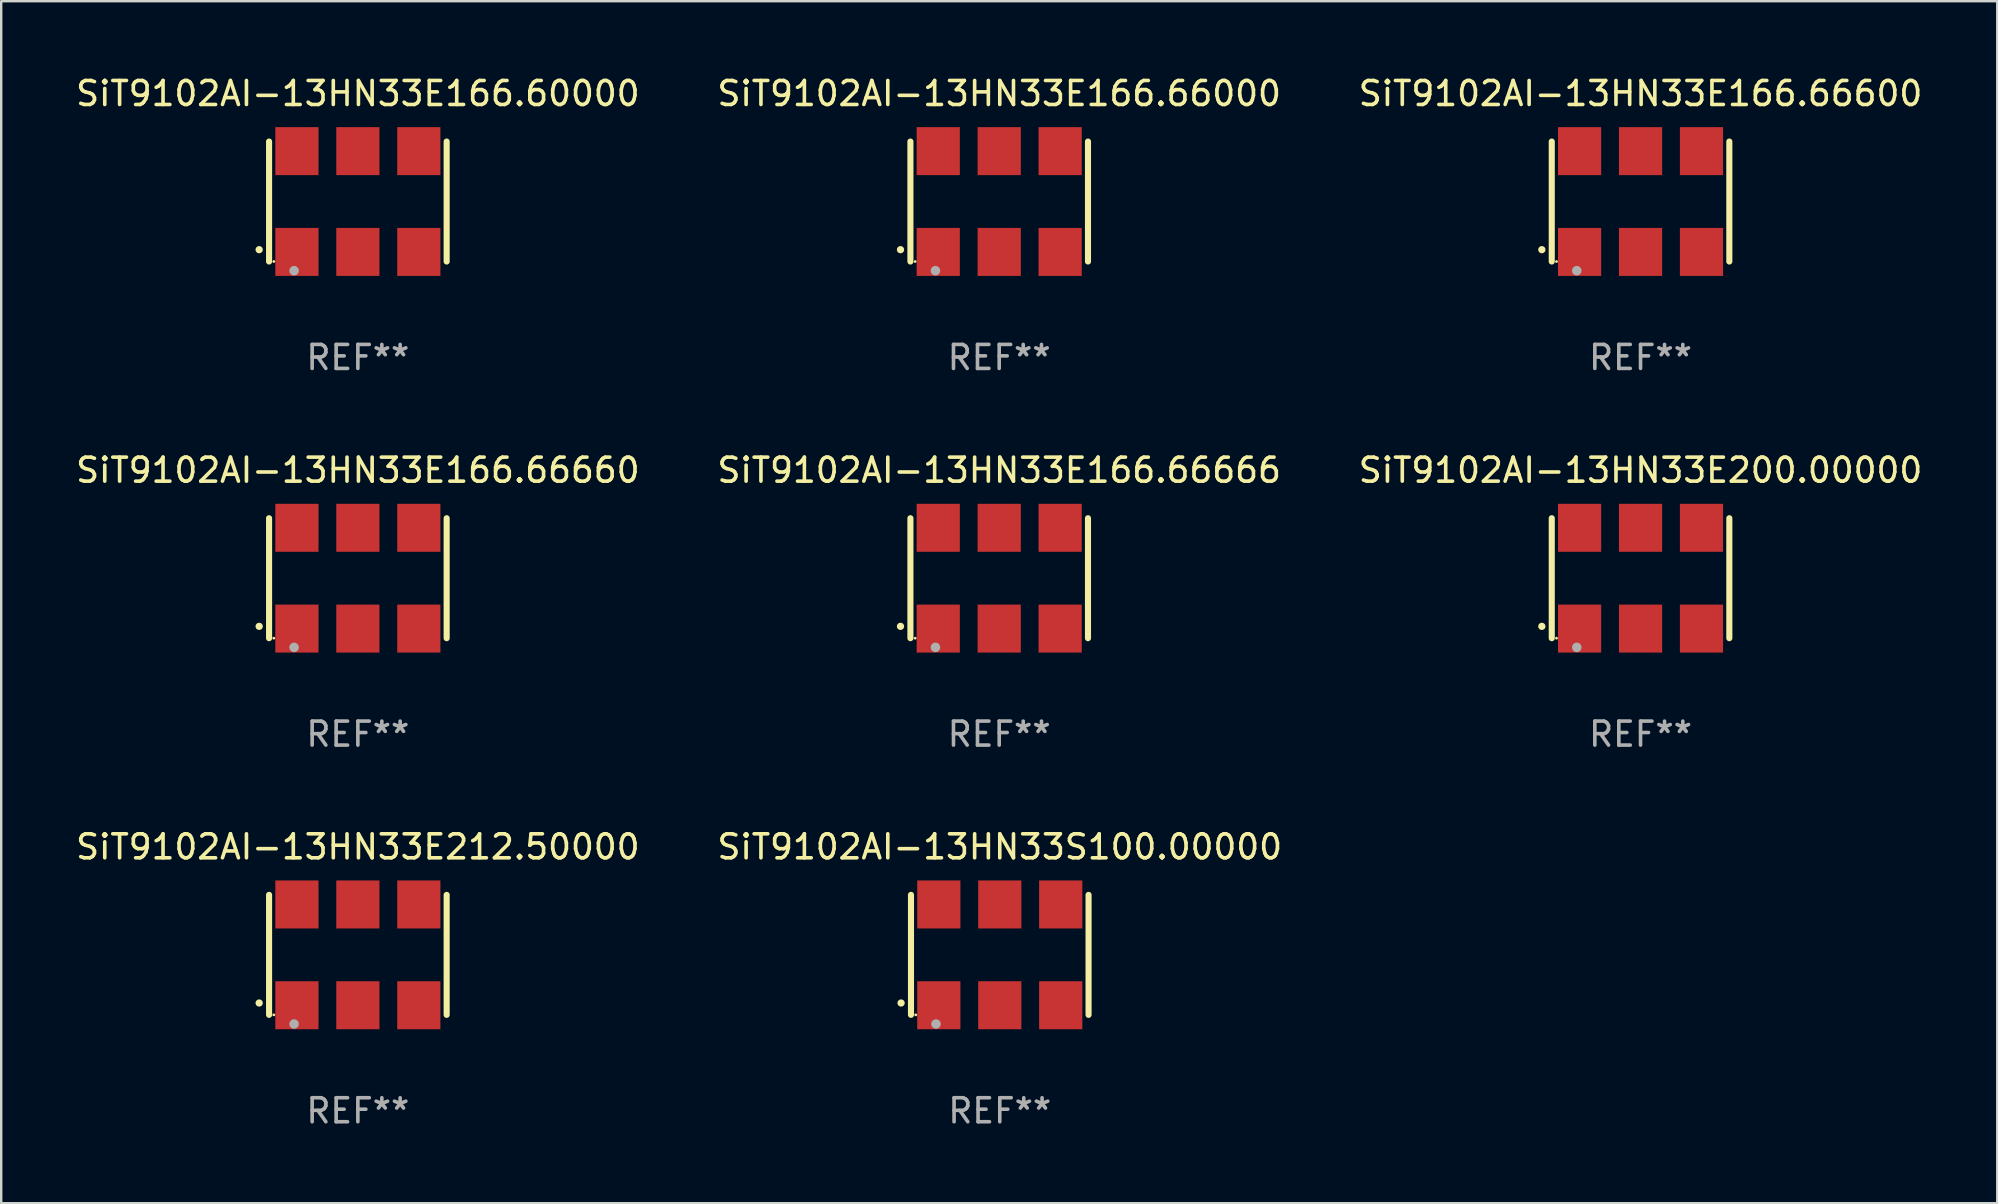
<source format=kicad_pcb>
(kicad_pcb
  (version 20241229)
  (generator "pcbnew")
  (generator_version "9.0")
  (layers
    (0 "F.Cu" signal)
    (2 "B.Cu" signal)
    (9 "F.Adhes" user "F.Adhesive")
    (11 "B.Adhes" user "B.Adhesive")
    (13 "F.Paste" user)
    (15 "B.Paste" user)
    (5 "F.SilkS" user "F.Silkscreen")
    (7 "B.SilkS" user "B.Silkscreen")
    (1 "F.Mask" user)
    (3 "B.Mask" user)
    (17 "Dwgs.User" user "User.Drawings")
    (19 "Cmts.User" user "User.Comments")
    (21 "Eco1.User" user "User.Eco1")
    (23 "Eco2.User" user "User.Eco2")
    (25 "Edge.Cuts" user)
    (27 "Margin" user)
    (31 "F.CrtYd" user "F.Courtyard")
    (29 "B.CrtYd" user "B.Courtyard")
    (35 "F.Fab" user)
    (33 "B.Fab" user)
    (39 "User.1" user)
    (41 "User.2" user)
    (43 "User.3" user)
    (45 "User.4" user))
  (footprint "SiT9102AI-13HN33E200.00000"
    (layer "F.Cu")
    (at 65.315 21.045)
    (property "Reference" "SiT9102AI-13HN33E200.00000" (at 0 -4.5 0) (layer "F.SilkS") (effects (font (size 1 1) (thickness 0.15))))
    (attr through_hole)
    (fp_line (start -3.7 -2.5) (end -3.7 2.5) (stroke (width 0.254) (type solid)) (layer "F.SilkS"))
    (fp_line (start 3.7 -2.5) (end 3.7 2.5) (stroke (width 0.254) (type solid)) (layer "F.SilkS"))
    (fp_arc (start -4.114415 2.006604) (mid -4.113145 2.006599) (end -4.111875 2.006604) (stroke (width 0.3) (type solid)) (layer "F.SilkS"))
    (fp_circle (center -3.502 2.5) (end -3.472 2.5) (stroke (width 0.06) (type solid)) (fill no) (layer "F.SilkS"))
    (fp_circle (center -2.657 2.882) (end -2.557 2.882) (stroke (width 0.2) (type solid)) (fill no) (layer "F.Fab"))
    (fp_text user "REF**" (at 0 6.5 0) (layer "F.Fab") (effects (font (size 1 1) (thickness 0.15))))
    (pad "1" smd rect (at -2.54 2.1) (size 1.8 2) (layers "F.Cu" "F.Mask" "F.Paste"))
    (pad "2" smd rect (at 0.000394 2.1) (size 1.8 2) (layers "F.Cu" "F.Mask" "F.Paste"))
    (pad "3" smd rect (at 2.54 2.1) (size 1.8 2) (layers "F.Cu" "F.Mask" "F.Paste"))
    (pad "4" smd rect (at 2.54 -2.1) (size 1.8 2) (layers "F.Cu" "F.Mask" "F.Paste"))
    (pad "5" smd rect (at 0.000394 -2.1) (size 1.8 2) (layers "F.Cu" "F.Mask" "F.Paste"))
    (pad "6" smd rect (at -2.54 -2.1) (size 1.8 2) (layers "F.Cu" "F.Mask" "F.Paste")))
  (footprint "SiT9102AI-13HN33E212.50000"
    (layer "F.Cu")
    (at 11.863 36.741)
    (property "Reference" "SiT9102AI-13HN33E212.50000" (at 0 -4.5 0) (layer "F.SilkS") (effects (font (size 1 1) (thickness 0.15))))
    (attr through_hole)
    (fp_line (start -3.7 -2.5) (end -3.7 2.5) (stroke (width 0.254) (type solid)) (layer "F.SilkS"))
    (fp_line (start 3.7 -2.5) (end 3.7 2.5) (stroke (width 0.254) (type solid)) (layer "F.SilkS"))
    (fp_arc (start -4.114415 2.006604) (mid -4.113145 2.006599) (end -4.111875 2.006604) (stroke (width 0.3) (type solid)) (layer "F.SilkS"))
    (fp_circle (center -3.502 2.5) (end -3.472 2.5) (stroke (width 0.06) (type solid)) (fill no) (layer "F.SilkS"))
    (fp_circle (center -2.657 2.882) (end -2.557 2.882) (stroke (width 0.2) (type solid)) (fill no) (layer "F.Fab"))
    (fp_text user "REF**" (at 0 6.5 0) (layer "F.Fab") (effects (font (size 1 1) (thickness 0.15))))
    (pad "1" smd rect (at -2.54 2.1) (size 1.8 2) (layers "F.Cu" "F.Mask" "F.Paste"))
    (pad "2" smd rect (at 0.000394 2.1) (size 1.8 2) (layers "F.Cu" "F.Mask" "F.Paste"))
    (pad "3" smd rect (at 2.54 2.1) (size 1.8 2) (layers "F.Cu" "F.Mask" "F.Paste"))
    (pad "4" smd rect (at 2.54 -2.1) (size 1.8 2) (layers "F.Cu" "F.Mask" "F.Paste"))
    (pad "5" smd rect (at 0.000394 -2.1) (size 1.8 2) (layers "F.Cu" "F.Mask" "F.Paste"))
    (pad "6" smd rect (at -2.54 -2.1) (size 1.8 2) (layers "F.Cu" "F.Mask" "F.Paste")))
  (footprint "SiT9102AI-13HN33E166.66000"
    (layer "F.Cu")
    (at 38.589 5.348)
    (property "Reference" "SiT9102AI-13HN33E166.66000" (at 0 -4.5 0) (layer "F.SilkS") (effects (font (size 1 1) (thickness 0.15))))
    (attr through_hole)
    (fp_line (start -3.7 -2.5) (end -3.7 2.5) (stroke (width 0.254) (type solid)) (layer "F.SilkS"))
    (fp_line (start 3.7 -2.5) (end 3.7 2.5) (stroke (width 0.254) (type solid)) (layer "F.SilkS"))
    (fp_arc (start -4.114415 2.006604) (mid -4.113145 2.006599) (end -4.111875 2.006604) (stroke (width 0.3) (type solid)) (layer "F.SilkS"))
    (fp_circle (center -3.502 2.5) (end -3.472 2.5) (stroke (width 0.06) (type solid)) (fill no) (layer "F.SilkS"))
    (fp_circle (center -2.657 2.882) (end -2.557 2.882) (stroke (width 0.2) (type solid)) (fill no) (layer "F.Fab"))
    (fp_text user "REF**" (at 0 6.5 0) (layer "F.Fab") (effects (font (size 1 1) (thickness 0.15))))
    (pad "1" smd rect (at -2.54 2.1) (size 1.8 2) (layers "F.Cu" "F.Mask" "F.Paste"))
    (pad "2" smd rect (at 0.000394 2.1) (size 1.8 2) (layers "F.Cu" "F.Mask" "F.Paste"))
    (pad "3" smd rect (at 2.54 2.1) (size 1.8 2) (layers "F.Cu" "F.Mask" "F.Paste"))
    (pad "4" smd rect (at 2.54 -2.1) (size 1.8 2) (layers "F.Cu" "F.Mask" "F.Paste"))
    (pad "5" smd rect (at 0.000394 -2.1) (size 1.8 2) (layers "F.Cu" "F.Mask" "F.Paste"))
    (pad "6" smd rect (at -2.54 -2.1) (size 1.8 2) (layers "F.Cu" "F.Mask" "F.Paste")))
  (footprint "SiT9102AI-13HN33S100.00000"
    (layer "F.Cu")
    (at 38.613 36.741)
    (property "Reference" "SiT9102AI-13HN33S100.00000" (at 0 -4.5 0) (layer "F.SilkS") (effects (font (size 1 1) (thickness 0.15))))
    (attr through_hole)
    (fp_line (start -3.7 -2.5) (end -3.7 2.5) (stroke (width 0.254) (type solid)) (layer "F.SilkS"))
    (fp_line (start 3.7 -2.5) (end 3.7 2.5) (stroke (width 0.254) (type solid)) (layer "F.SilkS"))
    (fp_arc (start -4.114415 2.006604) (mid -4.113145 2.006599) (end -4.111875 2.006604) (stroke (width 0.3) (type solid)) (layer "F.SilkS"))
    (fp_circle (center -3.502 2.5) (end -3.472 2.5) (stroke (width 0.06) (type solid)) (fill no) (layer "F.SilkS"))
    (fp_circle (center -2.657 2.882) (end -2.557 2.882) (stroke (width 0.2) (type solid)) (fill no) (layer "F.Fab"))
    (fp_text user "REF**" (at 0 6.5 0) (layer "F.Fab") (effects (font (size 1 1) (thickness 0.15))))
    (pad "1" smd rect (at -2.54 2.1) (size 1.8 2) (layers "F.Cu" "F.Mask" "F.Paste"))
    (pad "2" smd rect (at 0.000394 2.1) (size 1.8 2) (layers "F.Cu" "F.Mask" "F.Paste"))
    (pad "3" smd rect (at 2.54 2.1) (size 1.8 2) (layers "F.Cu" "F.Mask" "F.Paste"))
    (pad "4" smd rect (at 2.54 -2.1) (size 1.8 2) (layers "F.Cu" "F.Mask" "F.Paste"))
    (pad "5" smd rect (at 0.000394 -2.1) (size 1.8 2) (layers "F.Cu" "F.Mask" "F.Paste"))
    (pad "6" smd rect (at -2.54 -2.1) (size 1.8 2) (layers "F.Cu" "F.Mask" "F.Paste")))
  (footprint "SiT9102AI-13HN33E166.66660"
    (layer "F.Cu")
    (at 11.863 21.045)
    (property "Reference" "SiT9102AI-13HN33E166.66660" (at 0 -4.5 0) (layer "F.SilkS") (effects (font (size 1 1) (thickness 0.15))))
    (attr through_hole)
    (fp_line (start -3.7 -2.5) (end -3.7 2.5) (stroke (width 0.254) (type solid)) (layer "F.SilkS"))
    (fp_line (start 3.7 -2.5) (end 3.7 2.5) (stroke (width 0.254) (type solid)) (layer "F.SilkS"))
    (fp_arc (start -4.114415 2.006604) (mid -4.113145 2.006599) (end -4.111875 2.006604) (stroke (width 0.3) (type solid)) (layer "F.SilkS"))
    (fp_circle (center -3.502 2.5) (end -3.472 2.5) (stroke (width 0.06) (type solid)) (fill no) (layer "F.SilkS"))
    (fp_circle (center -2.657 2.882) (end -2.557 2.882) (stroke (width 0.2) (type solid)) (fill no) (layer "F.Fab"))
    (fp_text user "REF**" (at 0 6.5 0) (layer "F.Fab") (effects (font (size 1 1) (thickness 0.15))))
    (pad "1" smd rect (at -2.54 2.1) (size 1.8 2) (layers "F.Cu" "F.Mask" "F.Paste"))
    (pad "2" smd rect (at 0.000394 2.1) (size 1.8 2) (layers "F.Cu" "F.Mask" "F.Paste"))
    (pad "3" smd rect (at 2.54 2.1) (size 1.8 2) (layers "F.Cu" "F.Mask" "F.Paste"))
    (pad "4" smd rect (at 2.54 -2.1) (size 1.8 2) (layers "F.Cu" "F.Mask" "F.Paste"))
    (pad "5" smd rect (at 0.000394 -2.1) (size 1.8 2) (layers "F.Cu" "F.Mask" "F.Paste"))
    (pad "6" smd rect (at -2.54 -2.1) (size 1.8 2) (layers "F.Cu" "F.Mask" "F.Paste")))
  (footprint "SiT9102AI-13HN33E166.60000"
    (layer "F.Cu")
    (at 11.863 5.348)
    (property "Reference" "SiT9102AI-13HN33E166.60000" (at 0 -4.5 0) (layer "F.SilkS") (effects (font (size 1 1) (thickness 0.15))))
    (attr through_hole)
    (fp_line (start -3.7 -2.5) (end -3.7 2.5) (stroke (width 0.254) (type solid)) (layer "F.SilkS"))
    (fp_line (start 3.7 -2.5) (end 3.7 2.5) (stroke (width 0.254) (type solid)) (layer "F.SilkS"))
    (fp_arc (start -4.114415 2.006604) (mid -4.113145 2.006599) (end -4.111875 2.006604) (stroke (width 0.3) (type solid)) (layer "F.SilkS"))
    (fp_circle (center -3.502 2.5) (end -3.472 2.5) (stroke (width 0.06) (type solid)) (fill no) (layer "F.SilkS"))
    (fp_circle (center -2.657 2.882) (end -2.557 2.882) (stroke (width 0.2) (type solid)) (fill no) (layer "F.Fab"))
    (fp_text user "REF**" (at 0 6.5 0) (layer "F.Fab") (effects (font (size 1 1) (thickness 0.15))))
    (pad "1" smd rect (at -2.54 2.1) (size 1.8 2) (layers "F.Cu" "F.Mask" "F.Paste"))
    (pad "2" smd rect (at 0.000394 2.1) (size 1.8 2) (layers "F.Cu" "F.Mask" "F.Paste"))
    (pad "3" smd rect (at 2.54 2.1) (size 1.8 2) (layers "F.Cu" "F.Mask" "F.Paste"))
    (pad "4" smd rect (at 2.54 -2.1) (size 1.8 2) (layers "F.Cu" "F.Mask" "F.Paste"))
    (pad "5" smd rect (at 0.000394 -2.1) (size 1.8 2) (layers "F.Cu" "F.Mask" "F.Paste"))
    (pad "6" smd rect (at -2.54 -2.1) (size 1.8 2) (layers "F.Cu" "F.Mask" "F.Paste")))
  (footprint "SiT9102AI-13HN33E166.66666"
    (layer "F.Cu")
    (at 38.589 21.045)
    (property "Reference" "SiT9102AI-13HN33E166.66666" (at 0 -4.5 0) (layer "F.SilkS") (effects (font (size 1 1) (thickness 0.15))))
    (attr through_hole)
    (fp_line (start -3.7 -2.5) (end -3.7 2.5) (stroke (width 0.254) (type solid)) (layer "F.SilkS"))
    (fp_line (start 3.7 -2.5) (end 3.7 2.5) (stroke (width 0.254) (type solid)) (layer "F.SilkS"))
    (fp_arc (start -4.114415 2.006604) (mid -4.113145 2.006599) (end -4.111875 2.006604) (stroke (width 0.3) (type solid)) (layer "F.SilkS"))
    (fp_circle (center -3.502 2.5) (end -3.472 2.5) (stroke (width 0.06) (type solid)) (fill no) (layer "F.SilkS"))
    (fp_circle (center -2.657 2.882) (end -2.557 2.882) (stroke (width 0.2) (type solid)) (fill no) (layer "F.Fab"))
    (fp_text user "REF**" (at 0 6.5 0) (layer "F.Fab") (effects (font (size 1 1) (thickness 0.15))))
    (pad "1" smd rect (at -2.54 2.1) (size 1.8 2) (layers "F.Cu" "F.Mask" "F.Paste"))
    (pad "2" smd rect (at 0.000394 2.1) (size 1.8 2) (layers "F.Cu" "F.Mask" "F.Paste"))
    (pad "3" smd rect (at 2.54 2.1) (size 1.8 2) (layers "F.Cu" "F.Mask" "F.Paste"))
    (pad "4" smd rect (at 2.54 -2.1) (size 1.8 2) (layers "F.Cu" "F.Mask" "F.Paste"))
    (pad "5" smd rect (at 0.000394 -2.1) (size 1.8 2) (layers "F.Cu" "F.Mask" "F.Paste"))
    (pad "6" smd rect (at -2.54 -2.1) (size 1.8 2) (layers "F.Cu" "F.Mask" "F.Paste")))
  (footprint "SiT9102AI-13HN33E166.66600"
    (layer "F.Cu")
    (at 65.315 5.348)
    (property "Reference" "SiT9102AI-13HN33E166.66600" (at 0 -4.5 0) (layer "F.SilkS") (effects (font (size 1 1) (thickness 0.15))))
    (attr through_hole)
    (fp_line (start -3.7 -2.5) (end -3.7 2.5) (stroke (width 0.254) (type solid)) (layer "F.SilkS"))
    (fp_line (start 3.7 -2.5) (end 3.7 2.5) (stroke (width 0.254) (type solid)) (layer "F.SilkS"))
    (fp_arc (start -4.114415 2.006604) (mid -4.113145 2.006599) (end -4.111875 2.006604) (stroke (width 0.3) (type solid)) (layer "F.SilkS"))
    (fp_circle (center -3.502 2.5) (end -3.472 2.5) (stroke (width 0.06) (type solid)) (fill no) (layer "F.SilkS"))
    (fp_circle (center -2.657 2.882) (end -2.557 2.882) (stroke (width 0.2) (type solid)) (fill no) (layer "F.Fab"))
    (fp_text user "REF**" (at 0 6.5 0) (layer "F.Fab") (effects (font (size 1 1) (thickness 0.15))))
    (pad "1" smd rect (at -2.54 2.1) (size 1.8 2) (layers "F.Cu" "F.Mask" "F.Paste"))
    (pad "2" smd rect (at 0.000394 2.1) (size 1.8 2) (layers "F.Cu" "F.Mask" "F.Paste"))
    (pad "3" smd rect (at 2.54 2.1) (size 1.8 2) (layers "F.Cu" "F.Mask" "F.Paste"))
    (pad "4" smd rect (at 2.54 -2.1) (size 1.8 2) (layers "F.Cu" "F.Mask" "F.Paste"))
    (pad "5" smd rect (at 0.000394 -2.1) (size 1.8 2) (layers "F.Cu" "F.Mask" "F.Paste"))
    (pad "6" smd rect (at -2.54 -2.1) (size 1.8 2) (layers "F.Cu" "F.Mask" "F.Paste")))
  (gr_rect
    (start -3 -3)
    (end 80.179 47.09)
    (stroke (width 0.1) (type default))
    (fill no)
    (layer "Edge.Cuts")))
</source>
